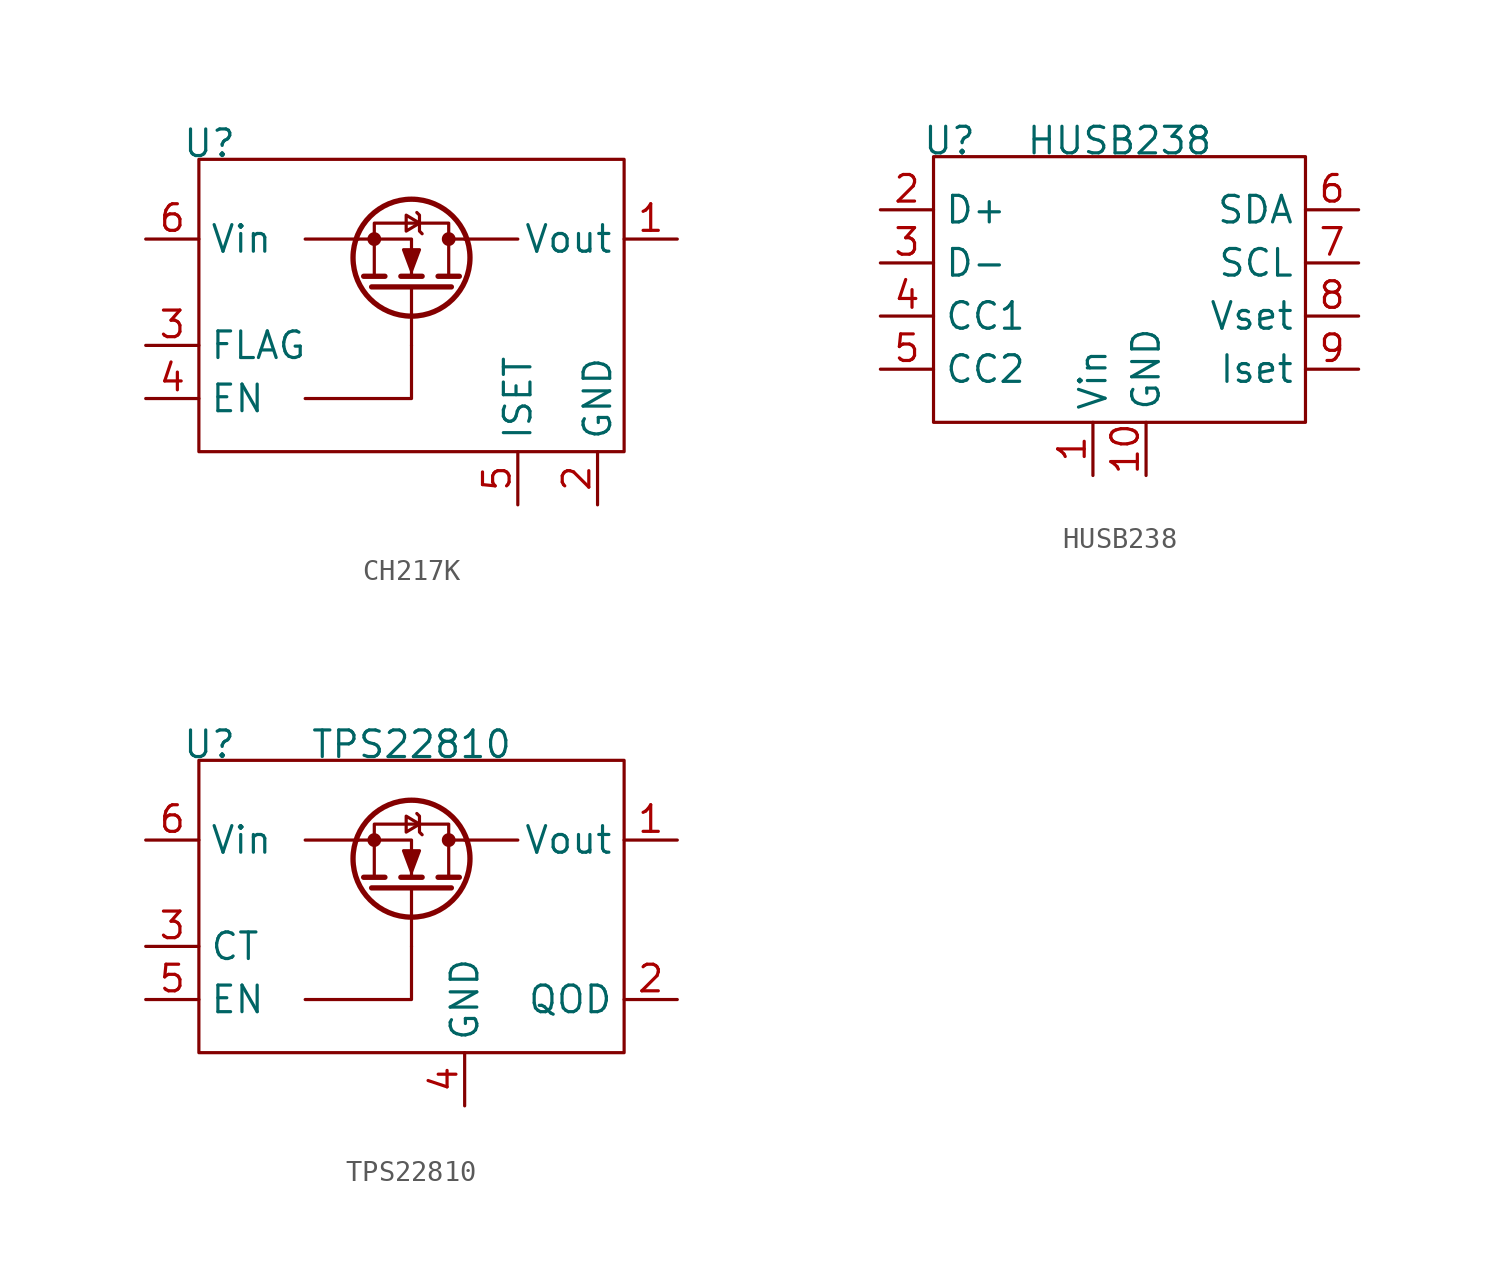
<source format=kicad_sym>
(kicad_symbol_lib
  (version 20231120)
  (generator "kicad_symbol_editor")
  (generator_version "8.0")
  (symbol "CH217K"
    (property "Reference" "U"
      (at -9.652 7.112 0)
      (effects (font (size 1.27 1.27))))
    (property "Value" ""
      (at -12.7 5.08 0)
      (effects (font (size 1.27 1.27))))
    (symbol "CH217K_0_0"
      (pin power_out line (at 12.7 2.54 180) (length 2.54) (name "Vout" (effects (font (size 1.27 1.27)))) (number "1" (effects (font (size 1.27 1.27)))))
      (pin passive line (at 8.89 -10.16 90) (length 2.54) (name "GND" (effects (font (size 1.27 1.27)))) (number "2" (effects (font (size 1.27 1.27)))))
      (pin output line (at -12.7 -2.54 0) (length 2.54) (name "FLAG" (effects (font (size 1.27 1.27)))) (number "3" (effects (font (size 1.27 1.27)))))
      (pin input line (at -12.7 -5.08 0) (length 2.54) (name "EN" (effects (font (size 1.27 1.27)))) (number "4" (effects (font (size 1.27 1.27)))))
      (pin passive line (at 5.08 -10.16 90) (length 2.54) (name "ISET" (effects (font (size 1.27 1.27)))) (number "5" (effects (font (size 1.27 1.27)))))
      (pin power_in line (at -12.7 2.54 0) (length 2.54) (name "Vin" (effects (font (size 1.27 1.27)))) (number "6" (effects (font (size 1.27 1.27))))))
    (symbol "CH217K_0_1"
      (rectangle (start -10.16 6.35) (end 10.16 -7.62) (stroke (width 0) (type default)) (fill (type none)))
      (circle (center -1.778 2.54) (radius 0.254) (stroke (width 0) (type default)) (fill (type outline)))
      (polyline (pts (xy -5.08 2.54) (xy -2.54 2.54)) (stroke (width 0) (type default)) (fill (type none)))
      (polyline (pts (xy -1.27 0.762) (xy -2.286 0.762)) (stroke (width 0.254) (type default)) (fill (type none)))
      (polyline (pts (xy 0 0.254) (xy 0 -2.54)) (stroke (width 0) (type default)) (fill (type none)))
      (polyline (pts (xy 0.508 0.762) (xy -0.508 0.762)) (stroke (width 0.254) (type default)) (fill (type none)))
      (polyline (pts (xy 1.905 0.254) (xy -1.905 0.254)) (stroke (width 0.254) (type default)) (fill (type none)))
      (polyline (pts (xy 2.286 0.762) (xy 1.27 0.762)) (stroke (width 0.254) (type default)) (fill (type none)))
      (polyline (pts (xy 2.54 2.54) (xy 1.778 2.54)) (stroke (width 0) (type default)) (fill (type none)))
      (polyline (pts (xy 5.08 2.54) (xy 2.54 2.54)) (stroke (width 0) (type default)) (fill (type none)))
      (polyline (pts (xy -5.08 -5.08) (xy 0 -5.08) (xy 0 -2.54)) (stroke (width 0) (type default)) (fill (type none)))
      (polyline (pts (xy -2.54 2.54) (xy 0 2.54) (xy 0 0.762)) (stroke (width 0) (type default)) (fill (type none)))
      (polyline (pts (xy -1.778 0.762) (xy -1.778 3.302) (xy 1.778 3.302) (xy 1.778 0.762)) (stroke (width 0) (type default)) (fill (type none)))
      (polyline (pts (xy 0 1.016) (xy 0.381 2.032) (xy -0.381 2.032) (xy 0 1.016)) (stroke (width 0) (type default)) (fill (type outline)))
      (polyline (pts (xy 0.381 3.302) (xy -0.254 2.921) (xy -0.254 3.683) (xy 0.381 3.302)) (stroke (width 0) (type default)) (fill (type none)))
      (polyline (pts (xy 0.508 2.794) (xy 0.381 2.921) (xy 0.381 3.683) (xy 0.254 3.81)) (stroke (width 0) (type default)) (fill (type none)))
      (circle (center 0 1.651) (radius 2.794) (stroke (width 0.254) (type default)) (fill (type none)))
      (circle (center 1.778 2.54) (radius 0.254) (stroke (width 0) (type default)) (fill (type outline)))))
  (symbol "HUSB238"
    (property "Reference" "U"
      (at -8.128 7.112 0)
      (effects (font (size 1.27 1.27))))
    (property "Value" "HUSB238"
      (at 0 7.112 0)
      (effects (font (size 1.27 1.27))))
    (symbol "HUSB238_0_0"
      (pin power_in line (at -1.27 -8.89 90) (length 2.54) (name "Vin" (effects (font (size 1.27 1.27)))) (number "1" (effects (font (size 1.27 1.27)))))
      (pin passive line (at 1.27 -8.89 90) (length 2.54) (name "GND" (effects (font (size 1.27 1.27)))) (number "10" (effects (font (size 1.27 1.27)))))
      (pin bidirectional line (at -11.43 3.81 0) (length 2.54) (name "D+" (effects (font (size 1.27 1.27)))) (number "2" (effects (font (size 1.27 1.27)))))
      (pin bidirectional line (at -11.43 1.27 0) (length 2.54) (name "D-" (effects (font (size 1.27 1.27)))) (number "3" (effects (font (size 1.27 1.27)))))
      (pin bidirectional line (at -11.43 -1.27 0) (length 2.54) (name "CC1" (effects (font (size 1.27 1.27)))) (number "4" (effects (font (size 1.27 1.27)))))
      (pin bidirectional line (at -11.43 -3.81 0) (length 2.54) (name "CC2" (effects (font (size 1.27 1.27)))) (number "5" (effects (font (size 1.27 1.27)))))
      (pin bidirectional line (at 11.43 3.81 180) (length 2.54) (name "SDA" (effects (font (size 1.27 1.27)))) (number "6" (effects (font (size 1.27 1.27)))))
      (pin input line (at 11.43 1.27 180) (length 2.54) (name "SCL" (effects (font (size 1.27 1.27)))) (number "7" (effects (font (size 1.27 1.27)))))
      (pin passive line (at 11.43 -1.27 180) (length 2.54) (name "Vset" (effects (font (size 1.27 1.27)))) (number "8" (effects (font (size 1.27 1.27)))))
      (pin passive line (at 11.43 -3.81 180) (length 2.54) (name "Iset" (effects (font (size 1.27 1.27)))) (number "9" (effects (font (size 1.27 1.27))))))
    (symbol "HUSB238_0_1"
      (rectangle (start -8.89 6.35) (end 8.89 -6.35) (stroke (width 0) (type default)) (fill (type none))))
    (symbol "HUSB238_1_0"
      (pin passive line (at 1.27 -8.89 90) (length 2.54) hide (name "EPAD" (effects (font (size 1.27 1.27)))) (number "11" (effects (font (size 1.27 1.27)))))))
  (symbol "TPS22810"
    (property "Reference" "U"
      (at -9.652 7.112 0)
      (effects (font (size 1.27 1.27))))
    (property "Value" "TPS22810"
      (at 0 7.112 0)
      (effects (font (size 1.27 1.27))))
    (symbol "TPS22810_0_0"
      (pin power_out line (at 12.7 2.54 180) (length 2.54) (name "Vout" (effects (font (size 1.27 1.27)))) (number "1" (effects (font (size 1.27 1.27)))))
      (pin power_in line (at -12.7 2.54 0) (length 2.54) (name "Vin" (effects (font (size 1.27 1.27)))) (number "6" (effects (font (size 1.27 1.27))))))
    (symbol "TPS22810_0_1"
      (rectangle (start -10.16 6.35) (end 10.16 -7.62) (stroke (width 0) (type default)) (fill (type none)))
      (circle (center -1.778 2.54) (radius 0.254) (stroke (width 0) (type default)) (fill (type outline)))
      (polyline (pts (xy -5.08 2.54) (xy -2.54 2.54)) (stroke (width 0) (type default)) (fill (type none)))
      (polyline (pts (xy -1.27 0.762) (xy -2.286 0.762)) (stroke (width 0.254) (type default)) (fill (type none)))
      (polyline (pts (xy 0 0.254) (xy 0 -2.54)) (stroke (width 0) (type default)) (fill (type none)))
      (polyline (pts (xy 0.508 0.762) (xy -0.508 0.762)) (stroke (width 0.254) (type default)) (fill (type none)))
      (polyline (pts (xy 1.905 0.254) (xy -1.905 0.254)) (stroke (width 0.254) (type default)) (fill (type none)))
      (polyline (pts (xy 2.286 0.762) (xy 1.27 0.762)) (stroke (width 0.254) (type default)) (fill (type none)))
      (polyline (pts (xy 2.54 2.54) (xy 1.778 2.54)) (stroke (width 0) (type default)) (fill (type none)))
      (polyline (pts (xy 5.08 2.54) (xy 2.54 2.54)) (stroke (width 0) (type default)) (fill (type none)))
      (polyline (pts (xy -5.08 -5.08) (xy 0 -5.08) (xy 0 -2.54)) (stroke (width 0) (type default)) (fill (type none)))
      (polyline (pts (xy -2.54 2.54) (xy 0 2.54) (xy 0 0.762)) (stroke (width 0) (type default)) (fill (type none)))
      (polyline (pts (xy -1.778 0.762) (xy -1.778 3.302) (xy 1.778 3.302) (xy 1.778 0.762)) (stroke (width 0) (type default)) (fill (type none)))
      (polyline (pts (xy 0 1.016) (xy 0.381 2.032) (xy -0.381 2.032) (xy 0 1.016)) (stroke (width 0) (type default)) (fill (type outline)))
      (polyline (pts (xy 0.381 3.302) (xy -0.254 2.921) (xy -0.254 3.683) (xy 0.381 3.302)) (stroke (width 0) (type default)) (fill (type none)))
      (polyline (pts (xy 0.508 2.794) (xy 0.381 2.921) (xy 0.381 3.683) (xy 0.254 3.81)) (stroke (width 0) (type default)) (fill (type none)))
      (circle (center 0 1.651) (radius 2.794) (stroke (width 0.254) (type default)) (fill (type none)))
      (circle (center 1.778 2.54) (radius 0.254) (stroke (width 0) (type default)) (fill (type outline))))
    (symbol "TPS22810_1_0"
      (pin passive line (at 12.7 -5.08 180) (length 2.54) (name "QOD" (effects (font (size 1.27 1.27)))) (number "2" (effects (font (size 1.27 1.27)))))
      (pin output line (at -12.7 -2.54 0) (length 2.54) (name "CT" (effects (font (size 1.27 1.27)))) (number "3" (effects (font (size 1.27 1.27)))))
      (pin passive line (at 2.54 -10.16 90) (length 2.54) (name "GND" (effects (font (size 1.27 1.27)))) (number "4" (effects (font (size 1.27 1.27)))))
      (pin input line (at -12.7 -5.08 0) (length 2.54) (name "EN" (effects (font (size 1.27 1.27)))) (number "5" (effects (font (size 1.27 1.27)))))
      (pin passive line (at 2.54 -10.16 90) (length 2.54) hide (name "EPAD" (effects (font (size 1.27 1.27)))) (number "7" (effects (font (size 1.27 1.27))))))))
</source>
